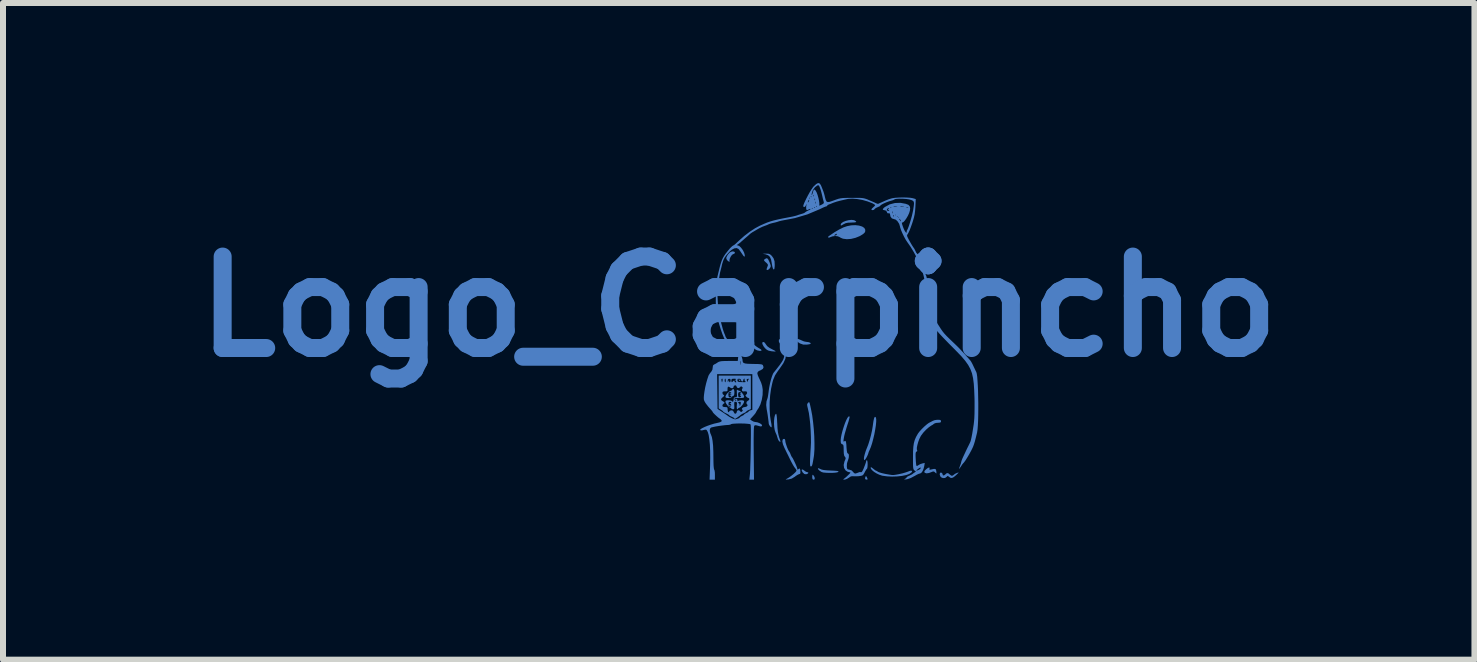
<source format=kicad_pcb>
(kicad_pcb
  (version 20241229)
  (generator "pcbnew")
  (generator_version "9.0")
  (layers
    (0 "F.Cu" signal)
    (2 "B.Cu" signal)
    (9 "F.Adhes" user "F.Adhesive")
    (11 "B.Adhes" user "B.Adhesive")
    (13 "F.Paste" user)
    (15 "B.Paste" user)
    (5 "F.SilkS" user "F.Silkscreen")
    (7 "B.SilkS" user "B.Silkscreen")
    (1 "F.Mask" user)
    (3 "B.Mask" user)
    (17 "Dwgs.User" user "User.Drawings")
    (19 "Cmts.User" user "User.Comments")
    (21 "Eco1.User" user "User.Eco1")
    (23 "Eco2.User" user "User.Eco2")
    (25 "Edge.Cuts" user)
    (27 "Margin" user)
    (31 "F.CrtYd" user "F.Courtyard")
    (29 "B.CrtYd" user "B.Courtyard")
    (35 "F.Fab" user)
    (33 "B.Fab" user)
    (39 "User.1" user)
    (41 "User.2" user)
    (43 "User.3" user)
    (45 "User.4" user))
  (footprint "Logo_Carpincho"
    (layer "F.Cu")
    (at 10.56 2.535)
    (property "Reference" "Logo_Carpincho" (at -1.3 -0.475 0) (layer "B.Cu") (effects (font (size 1.524 1.524) (thickness 0.3))))
    (attr board_only exclude_from_pos_files exclude_from_bom)
    (fp_poly (pts (xy -1.284 0.744) (xy -1.273 0.758) (xy -1.274 0.767) (xy -1.285 0.763) (xy -1.295 0.754) (xy -1.303 0.739) (xy -1.299 0.736)) (stroke (width 0) (type solid)) (fill yes) (layer "B.Cu"))
    (fp_poly (pts (xy -1.435 1.17) (xy -1.435 1.173) (xy -1.444 1.185) (xy -1.447 1.185) (xy -1.459 1.176) (xy -1.46 1.173) (xy -1.45 1.161) (xy -1.447 1.16)) (stroke (width 0) (type solid)) (fill yes) (layer "B.Cu"))
    (fp_poly (pts (xy 0.826 2.352) (xy 0.834 2.367) (xy 0.845 2.39) (xy 0.848 2.401) (xy 0.839 2.407) (xy 0.82 2.406) (xy 0.807 2.398) (xy 0.806 2.38) (xy 0.811 2.364) (xy 0.818 2.348)) (stroke (width 0) (type solid)) (fill yes) (layer "B.Cu"))
    (fp_poly (pts (xy -0.058 2.332) (xy -0.042 2.355) (xy -0.034 2.377) (xy -0.034 2.4) (xy -0.048 2.408) (xy -0.052 2.408) (xy -0.068 2.402) (xy -0.074 2.382) (xy -0.075 2.363) (xy -0.073 2.334) (xy -0.067 2.326)) (stroke (width 0) (type solid)) (fill yes) (layer "B.Cu"))
    (fp_poly (pts (xy -0.231 2.24) (xy -0.207 2.257) (xy -0.18 2.276) (xy -0.157 2.283) (xy -0.141 2.288) (xy -0.142 2.3) (xy -0.157 2.312) (xy -0.177 2.318) (xy -0.206 2.314) (xy -0.231 2.291) (xy -0.236 2.285) (xy -0.251 2.255) (xy -0.248 2.238)) (stroke (width 0) (type solid)) (fill yes) (layer "B.Cu"))
    (fp_poly (pts (xy -1.1 0.112) (xy -1.074 0.132) (xy -1.044 0.158) (xy -1.009 0.187) (xy -0.972 0.212) (xy -0.963 0.217) (xy -0.929 0.238) (xy -0.918 0.253) (xy -0.931 0.261) (xy -0.951 0.262) (xy -0.994 0.253) (xy -1.029 0.234) (xy -1.07 0.199) (xy -1.104 0.165) (xy -1.127 0.136) (xy -1.135 0.116) (xy -1.132 0.11) (xy -1.118 0.106)) (stroke (width 0) (type solid)) (fill yes) (layer "B.Cu"))
    (fp_poly (pts (xy -1.378 -1.392) (xy -1.363 -1.379) (xy -1.368 -1.362) (xy -1.39 -1.351) (xy -1.394 -1.35) (xy -1.413 -1.337) (xy -1.433 -1.309) (xy -1.449 -1.276) (xy -1.455 -1.247) (xy -1.453 -1.234) (xy -1.451 -1.223) (xy -1.462 -1.225) (xy -1.48 -1.237) (xy -1.489 -1.245) (xy -1.505 -1.269) (xy -1.507 -1.292) (xy -1.493 -1.322) (xy -1.481 -1.342) (xy -1.448 -1.379) (xy -1.409 -1.396)) (stroke (width 0) (type solid)) (fill yes) (layer "B.Cu"))
    (fp_poly (pts (xy -0.265 0.081) (xy -0.253 0.087) (xy -0.213 0.104) (xy -0.175 0.112) (xy -0.169 0.112) (xy -0.135 0.117) (xy -0.11 0.126) (xy -0.1 0.138) (xy -0.103 0.145) (xy -0.12 0.151) (xy -0.152 0.156) (xy -0.171 0.158) (xy -0.226 0.157) (xy -0.277 0.139) (xy -0.284 0.135) (xy -0.319 0.112) (xy -0.336 0.09) (xy -0.337 0.085) (xy -0.329 0.066) (xy -0.306 0.065)) (stroke (width 0) (type solid)) (fill yes) (layer "B.Cu"))
    (fp_poly (pts (xy 0.62 -1.916) (xy 0.634 -1.91) (xy 0.656 -1.895) (xy 0.657 -1.885) (xy 0.635 -1.879) (xy 0.589 -1.877) (xy 0.576 -1.876) (xy 0.522 -1.874) (xy 0.482 -1.866) (xy 0.448 -1.849) (xy 0.445 -1.848) (xy 0.417 -1.831) (xy 0.403 -1.827) (xy 0.399 -1.836) (xy 0.399 -1.842) (xy 0.411 -1.866) (xy 0.441 -1.887) (xy 0.483 -1.904) (xy 0.531 -1.916) (xy 0.579 -1.921)) (stroke (width 0) (type solid)) (fill yes) (layer "B.Cu"))
    (fp_poly (pts (xy -0.869 0.123) (xy -0.85 0.149) (xy -0.848 0.153) (xy -0.826 0.183) (xy -0.789 0.211) (xy -0.748 0.233) (xy -0.707 0.254) (xy -0.687 0.266) (xy -0.685 0.271) (xy -0.699 0.273) (xy -0.711 0.272) (xy -0.755 0.268) (xy -0.799 0.259) (xy -0.8 0.259) (xy -0.831 0.244) (xy -0.86 0.219) (xy -0.884 0.189) (xy -0.901 0.158) (xy -0.908 0.133) (xy -0.902 0.116) (xy -0.889 0.113)) (stroke (width 0) (type solid)) (fill yes) (layer "B.Cu"))
    (fp_poly (pts (xy -0.598 0.073) (xy -0.59 0.082) (xy -0.555 0.127) (xy -0.523 0.153) (xy -0.49 0.167) (xy -0.477 0.169) (xy -0.442 0.178) (xy -0.411 0.192) (xy -0.391 0.206) (xy -0.388 0.218) (xy -0.389 0.218) (xy -0.412 0.228) (xy -0.449 0.23) (xy -0.49 0.226) (xy -0.513 0.219) (xy -0.561 0.193) (xy -0.601 0.157) (xy -0.627 0.118) (xy -0.631 0.107) (xy -0.631 0.079) (xy -0.618 0.066)) (stroke (width 0) (type solid)) (fill yes) (layer "B.Cu"))
    (fp_poly (pts (xy -0.805 -1.357) (xy -0.778 -1.347) (xy -0.752 -1.324) (xy -0.748 -1.32) (xy -0.719 -1.279) (xy -0.703 -1.231) (xy -0.7 -1.17) (xy -0.701 -1.145) (xy -0.705 -1.109) (xy -0.712 -1.095) (xy -0.721 -1.096) (xy -0.731 -1.113) (xy -0.741 -1.148) (xy -0.749 -1.194) (xy -0.749 -1.196) (xy -0.761 -1.26) (xy -0.78 -1.304) (xy -0.809 -1.331) (xy -0.851 -1.347) (xy -0.857 -1.348) (xy -0.904 -1.357) (xy -0.845 -1.358)) (stroke (width 0) (type solid)) (fill yes) (layer "B.Cu"))
    (fp_poly (pts (xy -0.823 -1.279) (xy -0.807 -1.259) (xy -0.788 -1.218) (xy -0.787 -1.217) (xy -0.772 -1.178) (xy -0.766 -1.154) (xy -0.769 -1.136) (xy -0.78 -1.117) (xy -0.8 -1.096) (xy -0.821 -1.085) (xy -0.834 -1.089) (xy -0.836 -1.097) (xy -0.831 -1.116) (xy -0.821 -1.142) (xy -0.813 -1.165) (xy -0.817 -1.182) (xy -0.837 -1.204) (xy -0.847 -1.212) (xy -0.872 -1.236) (xy -0.879 -1.25) (xy -0.873 -1.261) (xy -0.865 -1.267) (xy -0.841 -1.281)) (stroke (width 0) (type solid)) (fill yes) (layer "B.Cu"))
    (fp_poly (pts (xy 0.057 2.229) (xy 0.058 2.229) (xy 0.082 2.24) (xy 0.12 2.248) (xy 0.174 2.253) (xy 0.232 2.256) (xy 0.294 2.259) (xy 0.334 2.262) (xy 0.356 2.266) (xy 0.363 2.272) (xy 0.36 2.278) (xy 0.342 2.286) (xy 0.305 2.292) (xy 0.256 2.295) (xy 0.203 2.295) (xy 0.152 2.293) (xy 0.109 2.289) (xy 0.082 2.281) (xy 0.081 2.281) (xy 0.046 2.258) (xy 0.024 2.236) (xy 0.019 2.219) (xy 0.02 2.219) (xy 0.033 2.218)) (stroke (width 0) (type solid)) (fill yes) (layer "B.Cu"))
    (fp_poly (pts (xy 1.882 2.214) (xy 1.878 2.23) (xy 1.877 2.242) (xy 1.893 2.242) (xy 1.905 2.239) (xy 1.95 2.229) (xy 1.976 2.23) (xy 1.988 2.244) (xy 1.993 2.271) (xy 1.995 2.299) (xy 1.991 2.305) (xy 1.978 2.293) (xy 1.974 2.289) (xy 1.954 2.272) (xy 1.933 2.273) (xy 1.921 2.278) (xy 1.87 2.297) (xy 1.828 2.303) (xy 1.801 2.294) (xy 1.798 2.291) (xy 1.792 2.276) (xy 1.801 2.258) (xy 1.823 2.235) (xy 1.853 2.212) (xy 1.874 2.205)) (stroke (width 0) (type solid)) (fill yes) (layer "B.Cu"))
    (fp_poly (pts (xy -0.671 1.322) (xy -0.666 1.354) (xy -0.662 1.401) (xy -0.659 1.46) (xy -0.658 1.469) (xy -0.654 1.552) (xy -0.647 1.616) (xy -0.636 1.667) (xy -0.626 1.702) (xy -0.61 1.749) (xy -0.605 1.774) (xy -0.609 1.78) (xy -0.624 1.769) (xy -0.628 1.766) (xy -0.644 1.74) (xy -0.655 1.706) (xy -0.667 1.667) (xy -0.685 1.625) (xy -0.688 1.619) (xy -0.7 1.582) (xy -0.708 1.533) (xy -0.712 1.479) (xy -0.711 1.424) (xy -0.706 1.375) (xy -0.697 1.336) (xy -0.684 1.313) (xy -0.676 1.31)) (stroke (width 0) (type solid)) (fill yes) (layer "B.Cu"))
    (fp_poly (pts (xy -1.289 -0.807) (xy -1.283 -0.788) (xy -1.279 -0.754) (xy -1.276 -0.702) (xy -1.275 -0.631) (xy -1.275 -0.538) (xy -1.276 -0.449) (xy -1.278 -0.345) (xy -1.28 -0.264) (xy -1.282 -0.201) (xy -1.285 -0.153) (xy -1.289 -0.119) (xy -1.294 -0.094) (xy -1.3 -0.076) (xy -1.301 -0.075) (xy -1.321 -0.031) (xy -1.324 -0.1) (xy -1.325 -0.16) (xy -1.325 -0.232) (xy -1.325 -0.312) (xy -1.324 -0.397) (xy -1.323 -0.483) (xy -1.321 -0.566) (xy -1.319 -0.642) (xy -1.316 -0.708) (xy -1.314 -0.759) (xy -1.311 -0.793) (xy -1.308 -0.805) (xy -1.298 -0.812)) (stroke (width 0) (type solid)) (fill yes) (layer "B.Cu"))
    (fp_poly (pts (xy 2.077 2.291) (xy 2.094 2.306) (xy 2.096 2.315) (xy 2.103 2.336) (xy 2.121 2.337) (xy 2.142 2.321) (xy 2.168 2.299) (xy 2.191 2.301) (xy 2.214 2.32) (xy 2.243 2.342) (xy 2.268 2.34) (xy 2.282 2.328) (xy 2.304 2.311) (xy 2.336 2.296) (xy 2.337 2.296) (xy 2.358 2.289) (xy 2.365 2.29) (xy 2.355 2.301) (xy 2.329 2.326) (xy 2.322 2.333) (xy 2.282 2.366) (xy 2.253 2.38) (xy 2.228 2.377) (xy 2.205 2.361) (xy 2.186 2.347) (xy 2.174 2.35) (xy 2.165 2.361) (xy 2.138 2.38) (xy 2.103 2.382) (xy 2.072 2.368) (xy 2.059 2.352) (xy 2.049 2.322) (xy 2.053 2.299) (xy 2.067 2.289)) (stroke (width 0) (type solid)) (fill yes) (layer "B.Cu"))
    (fp_poly (pts (xy 0.985 1.371) (xy 0.991 1.398) (xy 0.991 1.444) (xy 0.985 1.505) (xy 0.974 1.576) (xy 0.96 1.652) (xy 0.942 1.728) (xy 0.923 1.8) (xy 0.902 1.864) (xy 0.881 1.914) (xy 0.879 1.918) (xy 0.866 1.946) (xy 0.861 1.964) (xy 0.855 1.983) (xy 0.842 2.013) (xy 0.825 2.045) (xy 0.808 2.071) (xy 0.797 2.083) (xy 0.796 2.083) (xy 0.788 2.073) (xy 0.786 2.054) (xy 0.79 2.024) (xy 0.801 1.98) (xy 0.816 1.932) (xy 0.832 1.889) (xy 0.837 1.878) (xy 0.859 1.821) (xy 0.882 1.748) (xy 0.904 1.667) (xy 0.922 1.586) (xy 0.934 1.513) (xy 0.935 1.503) (xy 0.945 1.433) (xy 0.955 1.387) (xy 0.966 1.363) (xy 0.977 1.362)) (stroke (width 0) (type solid)) (fill yes) (layer "B.Cu"))
    (fp_poly (pts (xy -0.122 1.123) (xy -0.115 1.145) (xy -0.106 1.184) (xy -0.095 1.235) (xy -0.076 1.334) (xy -0.061 1.446) (xy -0.049 1.564) (xy -0.041 1.682) (xy -0.038 1.796) (xy -0.038 1.9) (xy -0.044 1.988) (xy -0.049 2.027) (xy -0.06 2.091) (xy -0.068 2.135) (xy -0.075 2.162) (xy -0.081 2.177) (xy -0.088 2.185) (xy -0.094 2.188) (xy -0.104 2.187) (xy -0.11 2.173) (xy -0.112 2.14) (xy -0.112 2.111) (xy -0.111 2.064) (xy -0.108 2.001) (xy -0.104 1.931) (xy -0.1 1.875) (xy -0.096 1.791) (xy -0.097 1.693) (xy -0.101 1.589) (xy -0.108 1.484) (xy -0.119 1.384) (xy -0.131 1.297) (xy -0.146 1.23) (xy -0.156 1.187) (xy -0.16 1.16) (xy -0.157 1.144) (xy -0.147 1.131) (xy -0.146 1.129) (xy -0.135 1.119) (xy -0.128 1.116)) (stroke (width 0) (type solid)) (fill yes) (layer "B.Cu"))
    (fp_poly (pts (xy 0.705 -1.826) (xy 0.757 -1.81) (xy 0.792 -1.787) (xy 0.807 -1.762) (xy 0.809 -1.733) (xy 0.799 -1.709) (xy 0.773 -1.685) (xy 0.728 -1.657) (xy 0.713 -1.649) (xy 0.646 -1.622) (xy 0.572 -1.604) (xy 0.501 -1.599) (xy 0.439 -1.607) (xy 0.433 -1.609) (xy 0.401 -1.622) (xy 0.38 -1.635) (xy 0.349 -1.648) (xy 0.306 -1.652) (xy 0.261 -1.646) (xy 0.234 -1.636) (xy 0.208 -1.626) (xy 0.191 -1.627) (xy 0.188 -1.637) (xy 0.202 -1.651) (xy 0.221 -1.664) (xy 0.291 -1.664) (xy 0.296 -1.659) (xy 0.303 -1.659) (xy 0.325 -1.666) (xy 0.331 -1.673) (xy 0.336 -1.688) (xy 0.324 -1.688) (xy 0.306 -1.677) (xy 0.291 -1.664) (xy 0.221 -1.664) (xy 0.295 -1.714) (xy 0.374 -1.761) (xy 0.443 -1.795) (xy 0.505 -1.816) (xy 0.575 -1.83) (xy 0.643 -1.833)) (stroke (width 0) (type solid)) (fill yes) (layer "B.Cu"))
    (fp_poly (pts (xy 0.914 2.204) (xy 0.936 2.221) (xy 0.942 2.226) (xy 0.968 2.247) (xy 0.986 2.258) (xy 0.988 2.258) (xy 1.006 2.266) (xy 1.017 2.275) (xy 1.036 2.284) (xy 1.073 2.296) (xy 1.123 2.308) (xy 1.153 2.314) (xy 1.21 2.324) (xy 1.251 2.33) (xy 1.286 2.33) (xy 1.323 2.325) (xy 1.372 2.316) (xy 1.375 2.315) (xy 1.428 2.303) (xy 1.476 2.289) (xy 1.509 2.278) (xy 1.515 2.276) (xy 1.556 2.26) (xy 1.582 2.259) (xy 1.59 2.27) (xy 1.579 2.288) (xy 1.545 2.311) (xy 1.544 2.312) (xy 1.492 2.331) (xy 1.423 2.345) (xy 1.342 2.354) (xy 1.256 2.357) (xy 1.173 2.353) (xy 1.098 2.343) (xy 1.089 2.341) (xy 1.043 2.326) (xy 0.997 2.304) (xy 0.955 2.278) (xy 0.922 2.25) (xy 0.902 2.225) (xy 0.899 2.205) (xy 0.902 2.201)) (stroke (width 0) (type solid)) (fill yes) (layer "B.Cu"))
    (fp_poly (pts (xy -1.379 0.906) (xy -1.373 0.931) (xy -1.372 0.954) (xy -1.375 0.992) (xy -1.384 1.009) (xy -1.39 1.011) (xy -1.409 1.021) (xy -1.414 1.029) (xy -1.433 1.043) (xy -1.472 1.048) (xy -1.505 1.046) (xy -1.519 1.037) (xy -1.522 1.026) (xy -1.511 0.997) (xy -1.507 0.992) (xy -1.472 0.992) (xy -1.469 1.022) (xy -1.458 1.034) (xy -1.447 1.035) (xy -1.427 1.03) (xy -1.422 1.023) (xy -1.433 1.012) (xy -1.444 1.009) (xy -1.457 1.007) (xy -1.446 1.002) (xy -1.441 1.001) (xy -1.416 0.995) (xy -1.441 0.985) (xy -1.457 0.977) (xy -1.45 0.974) (xy -1.444 0.974) (xy -1.425 0.967) (xy -1.425 0.956) (xy -1.443 0.948) (xy -1.447 0.948) (xy -1.464 0.953) (xy -1.471 0.972) (xy -1.472 0.992) (xy -1.507 0.992) (xy -1.487 0.965) (xy -1.457 0.939) (xy -1.438 0.93) (xy -1.416 0.919) (xy -1.41 0.91) (xy -1.4 0.9) (xy -1.391 0.898)) (stroke (width 0) (type solid)) (fill yes) (layer "B.Cu"))
    (fp_poly (pts (xy -0.515 0.315) (xy -0.512 0.334) (xy -0.523 0.395) (xy -0.556 0.467) (xy -0.612 0.549) (xy -0.612 0.55) (xy -0.646 0.596) (xy -0.675 0.639) (xy -0.695 0.671) (xy -0.7 0.682) (xy -0.714 0.717) (xy -0.725 0.742) (xy -0.732 0.765) (xy -0.742 0.805) (xy -0.753 0.857) (xy -0.761 0.894) (xy -0.776 1) (xy -0.785 1.116) (xy -0.785 1.233) (xy -0.778 1.344) (xy -0.766 1.424) (xy -0.755 1.483) (xy -0.751 1.519) (xy -0.754 1.535) (xy -0.764 1.533) (xy -0.777 1.519) (xy -0.793 1.495) (xy -0.799 1.479) (xy -0.803 1.441) (xy -0.81 1.387) (xy -0.818 1.328) (xy -0.827 1.273) (xy -0.835 1.231) (xy -0.835 1.229) (xy -0.842 1.165) (xy -0.837 1.103) (xy -0.823 1.06) (xy -0.817 1.04) (xy -0.81 1.001) (xy -0.803 0.951) (xy -0.8 0.926) (xy -0.791 0.867) (xy -0.778 0.802) (xy -0.762 0.739) (xy -0.745 0.684) (xy -0.729 0.644) (xy -0.721 0.63) (xy -0.709 0.614) (xy -0.686 0.586) (xy -0.658 0.55) (xy -0.613 0.492) (xy -0.582 0.447) (xy -0.561 0.412) (xy -0.549 0.381) (xy -0.544 0.359) (xy -0.535 0.329) (xy -0.524 0.313)) (stroke (width 0) (type solid)) (fill yes) (layer "B.Cu"))
    (fp_poly (pts (xy -0.525 1.75) (xy -0.524 1.764) (xy -0.52 1.789) (xy -0.509 1.826) (xy -0.495 1.867) (xy -0.48 1.903) (xy -0.467 1.928) (xy -0.463 1.934) (xy -0.453 1.948) (xy -0.439 1.977) (xy -0.437 1.984) (xy -0.424 2.014) (xy -0.414 2.032) (xy -0.412 2.033) (xy -0.4 2.051) (xy -0.383 2.084) (xy -0.363 2.126) (xy -0.344 2.168) (xy -0.33 2.203) (xy -0.324 2.225) (xy -0.324 2.225) (xy -0.321 2.241) (xy -0.309 2.235) (xy -0.305 2.233) (xy -0.289 2.222) (xy -0.28 2.227) (xy -0.274 2.252) (xy -0.273 2.269) (xy -0.272 2.299) (xy -0.282 2.313) (xy -0.292 2.315) (xy -0.315 2.325) (xy -0.347 2.345) (xy -0.365 2.359) (xy -0.416 2.39) (xy -0.471 2.404) (xy -0.472 2.404) (xy -0.506 2.406) (xy -0.518 2.405) (xy -0.51 2.399) (xy -0.498 2.393) (xy -0.461 2.371) (xy -0.421 2.342) (xy -0.383 2.311) (xy -0.354 2.283) (xy -0.338 2.262) (xy -0.337 2.257) (xy -0.346 2.234) (xy -0.361 2.215) (xy -0.376 2.195) (xy -0.398 2.159) (xy -0.424 2.111) (xy -0.443 2.073) (xy -0.472 2.013) (xy -0.502 1.953) (xy -0.527 1.901) (xy -0.538 1.879) (xy -0.562 1.821) (xy -0.573 1.774) (xy -0.569 1.743) (xy -0.556 1.73) (xy -0.535 1.729)) (stroke (width 0) (type solid)) (fill yes) (layer "B.Cu"))
    (fp_poly (pts (xy 2.052 1.412) (xy 2.067 1.419) (xy 2.071 1.435) (xy 2.067 1.451) (xy 2.049 1.458) (xy 2.022 1.46) (xy 1.986 1.463) (xy 1.96 1.473) (xy 1.956 1.475) (xy 1.933 1.493) (xy 1.908 1.507) (xy 1.868 1.535) (xy 1.821 1.576) (xy 1.776 1.624) (xy 1.74 1.672) (xy 1.732 1.685) (xy 1.71 1.729) (xy 1.691 1.78) (xy 1.677 1.831) (xy 1.668 1.875) (xy 1.668 1.906) (xy 1.672 1.915) (xy 1.676 1.931) (xy 1.665 1.939) (xy 1.655 1.946) (xy 1.649 1.962) (xy 1.647 1.993) (xy 1.648 2.041) (xy 1.649 2.058) (xy 1.652 2.108) (xy 1.656 2.149) (xy 1.66 2.174) (xy 1.662 2.178) (xy 1.677 2.178) (xy 1.694 2.167) (xy 1.723 2.15) (xy 1.759 2.138) (xy 1.8 2.129) (xy 1.792 2.18) (xy 1.78 2.227) (xy 1.763 2.267) (xy 1.742 2.295) (xy 1.723 2.305) (xy 1.722 2.305) (xy 1.702 2.31) (xy 1.669 2.325) (xy 1.629 2.348) (xy 1.624 2.35) (xy 1.568 2.38) (xy 1.517 2.398) (xy 1.493 2.403) (xy 1.463 2.405) (xy 1.456 2.403) (xy 1.468 2.396) (xy 1.469 2.396) (xy 1.49 2.382) (xy 1.497 2.372) (xy 1.507 2.36) (xy 1.533 2.346) (xy 1.538 2.344) (xy 1.569 2.33) (xy 1.59 2.318) (xy 1.591 2.317) (xy 1.61 2.302) (xy 1.628 2.29) (xy 1.653 2.272) (xy 1.633 2.257) (xy 1.659 2.257) (xy 1.672 2.256) (xy 1.702 2.244) (xy 1.726 2.227) (xy 1.734 2.212) (xy 1.728 2.205) (xy 1.707 2.215) (xy 1.697 2.223) (xy 1.667 2.246) (xy 1.659 2.257) (xy 1.633 2.257) (xy 1.628 2.254) (xy 1.619 2.245) (xy 1.612 2.233) (xy 1.608 2.213) (xy 1.605 2.182) (xy 1.604 2.136) (xy 1.604 2.07) (xy 1.604 2.031) (xy 1.605 1.936) (xy 1.61 1.86) (xy 1.619 1.798) (xy 1.634 1.745) (xy 1.655 1.696) (xy 1.684 1.645) (xy 1.689 1.637) (xy 1.715 1.603) (xy 1.753 1.562) (xy 1.795 1.521) (xy 1.837 1.485) (xy 1.87 1.461) (xy 1.877 1.458) (xy 1.908 1.442) (xy 1.934 1.428) (xy 1.966 1.416) (xy 2.008 1.41) (xy 2.018 1.41)) (stroke (width 0) (type solid)) (fill yes) (layer "B.Cu"))
    (fp_poly (pts (xy 0.548 1.364) (xy 0.543 1.389) (xy 0.531 1.434) (xy 0.525 1.453) (xy 0.499 1.533) (xy 0.481 1.595) (xy 0.467 1.643) (xy 0.458 1.681) (xy 0.452 1.713) (xy 0.45 1.725) (xy 0.445 1.759) (xy 0.447 1.774) (xy 0.455 1.772) (xy 0.458 1.77) (xy 0.472 1.761) (xy 0.482 1.766) (xy 0.489 1.788) (xy 0.494 1.829) (xy 0.496 1.871) (xy 0.501 1.925) (xy 0.507 1.957) (xy 0.515 1.97) (xy 0.519 1.971) (xy 0.532 1.982) (xy 0.536 2.009) (xy 0.533 2.045) (xy 0.522 2.082) (xy 0.517 2.094) (xy 0.504 2.136) (xy 0.501 2.185) (xy 0.501 2.186) (xy 0.505 2.22) (xy 0.514 2.235) (xy 0.533 2.24) (xy 0.541 2.241) (xy 0.581 2.254) (xy 0.602 2.275) (xy 0.624 2.3) (xy 0.647 2.306) (xy 0.679 2.295) (xy 0.688 2.291) (xy 0.717 2.281) (xy 0.737 2.284) (xy 0.749 2.282) (xy 0.763 2.262) (xy 0.782 2.222) (xy 0.788 2.206) (xy 0.805 2.162) (xy 0.818 2.125) (xy 0.823 2.103) (xy 0.823 2.101) (xy 0.83 2.085) (xy 0.836 2.083) (xy 0.843 2.094) (xy 0.847 2.122) (xy 0.848 2.157) (xy 0.846 2.192) (xy 0.842 2.218) (xy 0.837 2.226) (xy 0.824 2.241) (xy 0.807 2.27) (xy 0.798 2.288) (xy 0.781 2.319) (xy 0.764 2.336) (xy 0.74 2.344) (xy 0.7 2.35) (xy 0.656 2.352) (xy 0.618 2.352) (xy 0.602 2.35) (xy 0.57 2.353) (xy 0.536 2.375) (xy 0.502 2.396) (xy 0.469 2.407) (xy 0.464 2.407) (xy 0.442 2.406) (xy 0.443 2.4) (xy 0.451 2.395) (xy 0.471 2.38) (xy 0.499 2.356) (xy 0.527 2.329) (xy 0.55 2.306) (xy 0.561 2.291) (xy 0.561 2.289) (xy 0.551 2.284) (xy 0.537 2.283) (xy 0.512 2.275) (xy 0.483 2.255) (xy 0.481 2.254) (xy 0.456 2.214) (xy 0.449 2.163) (xy 0.462 2.105) (xy 0.469 2.089) (xy 0.481 2.06) (xy 0.481 2.043) (xy 0.47 2.027) (xy 0.469 2.027) (xy 0.457 2.006) (xy 0.451 1.971) (xy 0.449 1.917) (xy 0.449 1.916) (xy 0.448 1.868) (xy 0.445 1.839) (xy 0.438 1.825) (xy 0.426 1.818) (xy 0.424 1.818) (xy 0.409 1.809) (xy 0.401 1.79) (xy 0.399 1.753) (xy 0.399 1.751) (xy 0.403 1.708) (xy 0.414 1.653) (xy 0.43 1.591) (xy 0.45 1.527) (xy 0.471 1.466) (xy 0.493 1.414) (xy 0.513 1.376) (xy 0.53 1.356) (xy 0.532 1.355) (xy 0.544 1.353)) (stroke (width 0) (type solid)) (fill yes) (layer "B.Cu"))
    (fp_poly (pts (xy -1.31 0.921) (xy -1.298 0.923) (xy -1.275 0.933) (xy -1.249 0.957) (xy -1.225 0.988) (xy -1.211 1.017) (xy -1.21 1.025) (xy -1.213 1.038) (xy -1.227 1.045) (xy -1.256 1.047) (xy -1.285 1.046) (xy -1.327 1.047) (xy -1.357 1.049) (xy -1.368 1.052) (xy -1.371 1.069) (xy -1.361 1.088) (xy -1.345 1.097) (xy -1.335 1.094) (xy -1.344 1.09) (xy -1.359 1.076) (xy -1.354 1.064) (xy -1.341 1.06) (xy -1.326 1.071) (xy -1.321 1.088) (xy -1.319 1.104) (xy -1.314 1.101) (xy -1.299 1.091) (xy -1.267 1.086) (xy -1.259 1.085) (xy -1.226 1.088) (xy -1.212 1.097) (xy -1.21 1.108) (xy -1.218 1.132) (xy -1.238 1.163) (xy -1.262 1.19) (xy -1.285 1.208) (xy -1.293 1.21) (xy -1.308 1.217) (xy -1.31 1.223) (xy -1.32 1.234) (xy -1.324 1.235) (xy -1.332 1.223) (xy -1.333 1.188) (xy -1.332 1.173) (xy -1.329 1.136) (xy -1.332 1.123) (xy -1.31 1.123) (xy -1.3 1.135) (xy -1.297 1.135) (xy -1.288 1.146) (xy -1.285 1.162) (xy -1.283 1.182) (xy -1.278 1.178) (xy -1.269 1.15) (xy -1.268 1.145) (xy -1.265 1.12) (xy -1.275 1.111) (xy -1.285 1.11) (xy -1.305 1.115) (xy -1.31 1.123) (xy -1.332 1.123) (xy -1.333 1.117) (xy -1.347 1.111) (xy -1.369 1.111) (xy -1.374 1.122) (xy -1.375 1.151) (xy -1.374 1.173) (xy -1.373 1.21) (xy -1.376 1.228) (xy -1.388 1.235) (xy -1.396 1.235) (xy -1.417 1.23) (xy -1.422 1.223) (xy -1.432 1.211) (xy -1.439 1.21) (xy -1.459 1.2) (xy -1.483 1.176) (xy -1.506 1.146) (xy -1.51 1.138) (xy -1.47 1.138) (xy -1.47 1.145) (xy -1.466 1.174) (xy -1.462 1.189) (xy -1.449 1.196) (xy -1.433 1.186) (xy -1.424 1.169) (xy -1.43 1.15) (xy -1.443 1.146) (xy -1.459 1.144) (xy -1.45 1.141) (xy -1.444 1.139) (xy -1.425 1.128) (xy -1.427 1.115) (xy -1.447 1.11) (xy -1.465 1.116) (xy -1.47 1.138) (xy -1.51 1.138) (xy -1.52 1.118) (xy -1.522 1.108) (xy -1.517 1.093) (xy -1.497 1.086) (xy -1.473 1.085) (xy -1.44 1.088) (xy -1.418 1.095) (xy -1.416 1.098) (xy -1.401 1.11) (xy -1.389 1.101) (xy -1.385 1.073) (xy -1.381 1.046) (xy -1.367 1.036) (xy -1.356 1.035) (xy -1.339 1.034) (xy -1.331 1.025) (xy -1.329 1.002) (xy -1.33 0.992) (xy -1.31 0.992) (xy -1.307 1.022) (xy -1.296 1.034) (xy -1.285 1.035) (xy -1.265 1.03) (xy -1.26 1.023) (xy -1.27 1.011) (xy -1.276 1.01) (xy -1.283 1.006) (xy -1.274 1.002) (xy -1.263 0.994) (xy -1.274 0.984) (xy -1.284 0.975) (xy -1.276 0.973) (xy -1.261 0.965) (xy -1.26 0.961) (xy -1.27 0.95) (xy -1.285 0.948) (xy -1.302 0.953) (xy -1.309 0.972) (xy -1.31 0.992) (xy -1.33 0.992) (xy -1.331 0.964) (xy -1.332 0.928) (xy -1.33 0.908) (xy -1.328 0.908)) (stroke (width 0) (type solid)) (fill yes) (layer "B.Cu"))
    (fp_poly (pts (xy -1.098 1.232) (xy -1.135 1.248) (xy -1.161 1.261) (xy -1.173 1.272) (xy -1.173 1.272) (xy -1.183 1.283) (xy -1.208 1.297) (xy -1.211 1.298) (xy -1.243 1.313) (xy -1.264 1.327) (xy -1.265 1.327) (xy -1.286 1.345) (xy -1.315 1.366) (xy -1.343 1.385) (xy -1.362 1.396) (xy -1.366 1.397) (xy -1.372 1.388) (xy -1.372 1.387) (xy -1.383 1.376) (xy -1.409 1.363) (xy -1.416 1.36) (xy -1.444 1.347) (xy -1.459 1.336) (xy -1.46 1.334) (xy -1.47 1.325) (xy -1.496 1.31) (xy -1.51 1.304) (xy -1.54 1.288) (xy -1.558 1.276) (xy -1.559 1.273) (xy -1.569 1.262) (xy -1.593 1.246) (xy -1.597 1.243) (xy -1.634 1.221) (xy -1.634 1.079) (xy -1.594 1.079) (xy -1.573 1.097) (xy -1.566 1.1) (xy -1.54 1.117) (xy -1.537 1.133) (xy -1.553 1.143) (xy -1.569 1.16) (xy -1.572 1.174) (xy -1.566 1.19) (xy -1.546 1.197) (xy -1.528 1.198) (xy -1.499 1.2) (xy -1.487 1.21) (xy -1.485 1.238) (xy -1.485 1.241) (xy -1.481 1.27) (xy -1.474 1.285) (xy -1.472 1.285) (xy -1.46 1.276) (xy -1.46 1.274) (xy -1.449 1.26) (xy -1.426 1.253) (xy -1.405 1.255) (xy -1.387 1.272) (xy -1.381 1.286) (xy -1.368 1.306) (xy -1.35 1.309) (xy -1.337 1.295) (xy -1.335 1.285) (xy -1.326 1.259) (xy -1.305 1.25) (xy -1.282 1.26) (xy -1.278 1.266) (xy -1.263 1.281) (xy -1.249 1.275) (xy -1.242 1.269) (xy -1.231 1.252) (xy -1.237 1.245) (xy -1.249 1.233) (xy -1.243 1.217) (xy -1.224 1.203) (xy -1.199 1.198) (xy -1.172 1.192) (xy -1.155 1.177) (xy -1.153 1.161) (xy -1.161 1.154) (xy -1.172 1.135) (xy -1.168 1.111) (xy -1.15 1.095) (xy -1.148 1.094) (xy -1.13 1.082) (xy -1.123 1.064) (xy -1.129 1.05) (xy -1.139 1.048) (xy -1.158 1.039) (xy -1.175 1.024) (xy -1.188 1.005) (xy -1.183 0.996) (xy -1.178 0.993) (xy -1.164 0.977) (xy -1.16 0.96) (xy -1.167 0.94) (xy -1.188 0.936) (xy -1.218 0.937) (xy -1.232 0.937) (xy -1.244 0.927) (xy -1.247 0.907) (xy -1.242 0.889) (xy -1.234 0.886) (xy -1.231 0.879) (xy -1.241 0.866) (xy -1.258 0.852) (xy -1.271 0.859) (xy -1.278 0.868) (xy -1.299 0.882) (xy -1.321 0.879) (xy -1.334 0.862) (xy -1.335 0.855) (xy -1.345 0.839) (xy -1.36 0.836) (xy -1.381 0.845) (xy -1.385 0.861) (xy -1.394 0.881) (xy -1.416 0.885) (xy -1.442 0.875) (xy -1.452 0.867) (xy -1.471 0.857) (xy -1.484 0.869) (xy -1.487 0.898) (xy -1.486 0.908) (xy -1.487 0.927) (xy -1.501 0.936) (xy -1.532 0.937) (xy -1.544 0.936) (xy -1.565 0.943) (xy -1.573 0.962) (xy -1.565 0.984) (xy -1.552 0.996) (xy -1.541 1.005) (xy -1.547 1.018) (xy -1.564 1.032) (xy -1.591 1.058) (xy -1.594 1.079) (xy -1.634 1.079) (xy -1.634 0.734) (xy -1.588 0.734) (xy -1.587 0.755) (xy -1.582 0.778) (xy -1.578 0.786) (xy -1.574 0.775) (xy -1.569 0.755) (xy -1.534 0.755) (xy -1.531 0.778) (xy -1.525 0.786) (xy -1.518 0.775) (xy -1.516 0.761) (xy -1.484 0.761) (xy -1.482 0.782) (xy -1.478 0.779) (xy -1.472 0.767) (xy -1.464 0.751) (xy -1.461 0.758) (xy -1.461 0.764) (xy -1.455 0.784) (xy -1.444 0.783) (xy -1.436 0.766) (xy -1.435 0.756) (xy -1.422 0.756) (xy -1.42 0.781) (xy -1.411 0.783) (xy -1.392 0.766) (xy -1.377 0.753) (xy -1.373 0.759) (xy -1.372 0.766) (xy -1.362 0.783) (xy -1.352 0.786) (xy -1.339 0.783) (xy -1.345 0.77) (xy -1.348 0.766) (xy -1.356 0.752) (xy -1.322 0.752) (xy -1.32 0.767) (xy -1.31 0.776) (xy -1.286 0.781) (xy -1.244 0.783) (xy -1.203 0.784) (xy -1.184 0.781) (xy -1.185 0.775) (xy -1.188 0.773) (xy -1.202 0.755) (xy -1.202 0.746) (xy -1.167 0.746) (xy -1.16 0.772) (xy -1.159 0.778) (xy -1.155 0.78) (xy -1.151 0.767) (xy -1.14 0.742) (xy -1.131 0.733) (xy -1.13 0.728) (xy -1.145 0.727) (xy -1.166 0.734) (xy -1.167 0.746) (xy -1.202 0.746) (xy -1.202 0.742) (xy -1.203 0.726) (xy -1.209 0.724) (xy -1.22 0.734) (xy -1.223 0.749) (xy -1.23 0.769) (xy -1.241 0.773) (xy -1.257 0.763) (xy -1.26 0.751) (xy -1.271 0.732) (xy -1.291 0.726) (xy -1.315 0.729) (xy -1.322 0.747) (xy -1.322 0.752) (xy -1.356 0.752) (xy -1.358 0.749) (xy -1.349 0.737) (xy -1.348 0.736) (xy -1.346 0.729) (xy -1.367 0.726) (xy -1.377 0.726) (xy -1.407 0.728) (xy -1.42 0.738) (xy -1.422 0.756) (xy -1.435 0.756) (xy -1.435 0.756) (xy -1.44 0.732) (xy -1.459 0.727) (xy -1.46 0.727) (xy -1.479 0.736) (xy -1.484 0.761) (xy -1.516 0.761) (xy -1.516 0.755) (xy -1.519 0.731) (xy -1.525 0.724) (xy -1.532 0.734) (xy -1.534 0.755) (xy -1.569 0.755) (xy -1.569 0.73) (xy -1.578 0.724) (xy -1.588 0.734) (xy -1.634 0.734) (xy -1.634 0.674) (xy -1.098 0.674)) (stroke (width 0) (type solid)) (fill yes) (layer "B.Cu"))
    (fp_poly (pts (xy -1.349 0.073) (xy -1.33 0.099) (xy -1.325 0.108) (xy -1.305 0.143) (xy -1.277 0.181) (xy -1.247 0.217) (xy -1.218 0.246) (xy -1.196 0.261) (xy -1.191 0.262) (xy -1.171 0.27) (xy -1.146 0.288) (xy -1.117 0.314) (xy -1.154 0.307) (xy -1.191 0.299) (xy -1.218 0.292) (xy -1.242 0.295) (xy -1.255 0.315) (xy -1.253 0.349) (xy -1.248 0.367) (xy -1.238 0.403) (xy -1.235 0.43) (xy -1.231 0.449) (xy -1.218 0.463) (xy -1.193 0.472) (xy -1.15 0.477) (xy -1.089 0.479) (xy -1.044 0.48) (xy -0.981 0.481) (xy -0.939 0.484) (xy -0.913 0.489) (xy -0.9 0.497) (xy -0.898 0.499) (xy -0.886 0.534) (xy -0.898 0.562) (xy -0.927 0.58) (xy -0.964 0.597) (xy -0.984 0.615) (xy -0.99 0.639) (xy -0.98 0.674) (xy -0.958 0.724) (xy -0.953 0.733) (xy -0.926 0.793) (xy -0.91 0.844) (xy -0.902 0.895) (xy -0.9 0.914) (xy -0.902 0.996) (xy -0.916 1.079) (xy -0.939 1.155) (xy -0.97 1.217) (xy -0.974 1.222) (xy -0.995 1.253) (xy -1.008 1.276) (xy -1.011 1.282) (xy -1.018 1.296) (xy -1.038 1.322) (xy -1.061 1.348) (xy -1.111 1.403) (xy -1.082 1.425) (xy -1.051 1.441) (xy -1.026 1.447) (xy -0.99 1.452) (xy -0.954 1.466) (xy -0.925 1.483) (xy -0.911 1.5) (xy -0.911 1.503) (xy -0.917 1.518) (xy -0.939 1.521) (xy -0.978 1.51) (xy -0.985 1.508) (xy -1.017 1.5) (xy -1.037 1.506) (xy -1.04 1.509) (xy -1.044 1.52) (xy -1.047 1.546) (xy -1.049 1.588) (xy -1.05 1.648) (xy -1.051 1.728) (xy -1.051 1.83) (xy -1.05 1.954) (xy -1.05 1.966) (xy -1.045 2.408) (xy -1.123 2.408) (xy -1.116 2.342) (xy -1.112 2.304) (xy -1.109 2.249) (xy -1.107 2.179) (xy -1.104 2.098) (xy -1.102 2.011) (xy -1.1 1.92) (xy -1.099 1.83) (xy -1.098 1.743) (xy -1.097 1.663) (xy -1.097 1.594) (xy -1.098 1.54) (xy -1.1 1.503) (xy -1.102 1.488) (xy -1.118 1.481) (xy -1.154 1.477) (xy -1.202 1.473) (xy -1.256 1.472) (xy -1.312 1.472) (xy -1.363 1.474) (xy -1.403 1.477) (xy -1.426 1.482) (xy -1.428 1.485) (xy -1.445 1.492) (xy -1.476 1.497) (xy -1.488 1.497) (xy -1.527 1.5) (xy -1.578 1.506) (xy -1.635 1.514) (xy -1.69 1.523) (xy -1.735 1.533) (xy -1.762 1.54) (xy -1.779 1.56) (xy -1.783 1.594) (xy -1.773 1.635) (xy -1.765 1.651) (xy -1.748 1.697) (xy -1.736 1.76) (xy -1.727 1.844) (xy -1.723 1.95) (xy -1.722 2.036) (xy -1.721 2.111) (xy -1.719 2.172) (xy -1.715 2.215) (xy -1.711 2.237) (xy -1.709 2.239) (xy -1.703 2.255) (xy -1.698 2.288) (xy -1.697 2.327) (xy -1.697 2.408) (xy -1.786 2.408) (xy -1.777 2.174) (xy -1.775 2.047) (xy -1.776 1.929) (xy -1.781 1.824) (xy -1.79 1.734) (xy -1.801 1.664) (xy -1.815 1.617) (xy -1.83 1.587) (xy -1.844 1.575) (xy -1.865 1.576) (xy -1.869 1.577) (xy -1.908 1.586) (xy -1.93 1.587) (xy -1.94 1.582) (xy -1.942 1.577) (xy -1.934 1.565) (xy -1.907 1.549) (xy -1.866 1.529) (xy -1.816 1.509) (xy -1.761 1.49) (xy -1.708 1.474) (xy -1.672 1.466) (xy -1.618 1.453) (xy -1.589 1.44) (xy -1.583 1.424) (xy -1.599 1.404) (xy -1.614 1.393) (xy -1.641 1.373) (xy -1.672 1.346) (xy -1.702 1.318) (xy -1.725 1.294) (xy -1.734 1.28) (xy -1.734 1.279) (xy -1.742 1.266) (xy -1.762 1.242) (xy -1.778 1.225) (xy -1.813 1.185) (xy -1.846 1.142) (xy -1.855 1.129) (xy -1.872 1.099) (xy -1.881 1.072) (xy -1.882 1.039) (xy -1.879 0.998) (xy -1.871 0.94) (xy -1.859 0.872) (xy -1.843 0.803) (xy -1.825 0.739) (xy -1.808 0.688) (xy -1.8 0.667) (xy -1.788 0.649) (xy -1.66 0.649) (xy -1.653 1.229) (xy -1.591 1.27) (xy -1.551 1.296) (xy -1.516 1.32) (xy -1.499 1.332) (xy -1.455 1.362) (xy -1.412 1.385) (xy -1.374 1.4) (xy -1.35 1.403) (xy -1.348 1.402) (xy -1.318 1.392) (xy -1.307 1.388) (xy -1.288 1.378) (xy -1.285 1.372) (xy -1.275 1.362) (xy -1.25 1.348) (xy -1.248 1.347) (xy -1.222 1.334) (xy -1.21 1.323) (xy -1.21 1.322) (xy -1.2 1.312) (xy -1.175 1.298) (xy -1.173 1.297) (xy -1.147 1.284) (xy -1.135 1.272) (xy -1.135 1.271) (xy -1.125 1.261) (xy -1.104 1.253) (xy -1.073 1.245) (xy -1.073 0.649) (xy -1.66 0.649) (xy -1.788 0.649) (xy -1.779 0.634) (xy -1.757 0.608) (xy -1.739 0.576) (xy -1.734 0.542) (xy -1.729 0.506) (xy -1.712 0.49) (xy -1.687 0.478) (xy -1.661 0.462) (xy -1.269 0.462) (xy -1.268 0.489) (xy -1.266 0.496) (xy -1.264 0.49) (xy -1.262 0.453) (xy -1.264 0.434) (xy -1.267 0.428) (xy -1.269 0.443) (xy -1.269 0.462) (xy -1.661 0.462) (xy -1.656 0.458) (xy -1.653 0.456) (xy -1.634 0.445) (xy -1.612 0.438) (xy -1.582 0.433) (xy -1.538 0.431) (xy -1.475 0.43) (xy -1.466 0.43) (xy -1.316 0.43) (xy -1.307 0.349) (xy -1.303 0.307) (xy -1.305 0.274) (xy -1.313 0.243) (xy -1.33 0.203) (xy -1.341 0.178) (xy -1.366 0.126) (xy -1.379 0.092) (xy -1.383 0.073) (xy -1.377 0.064) (xy -1.366 0.062)) (stroke (width 0) (type solid)) (fill yes) (layer "B.Cu"))
    (fp_poly (pts (xy 0.046 -2.53) (xy 0.067 -2.503) (xy 0.079 -2.476) (xy 0.095 -2.436) (xy 0.108 -2.402) (xy 0.113 -2.389) (xy 0.121 -2.363) (xy 0.132 -2.323) (xy 0.137 -2.299) (xy 0.149 -2.256) (xy 0.162 -2.229) (xy 0.182 -2.218) (xy 0.213 -2.221) (xy 0.261 -2.237) (xy 0.289 -2.247) (xy 0.33 -2.262) (xy 0.364 -2.273) (xy 0.397 -2.28) (xy 0.435 -2.285) (xy 0.483 -2.287) (xy 0.548 -2.288) (xy 0.586 -2.288) (xy 0.661 -2.288) (xy 0.715 -2.288) (xy 0.756 -2.285) (xy 0.788 -2.28) (xy 0.816 -2.272) (xy 0.847 -2.261) (xy 0.867 -2.252) (xy 0.914 -2.232) (xy 0.956 -2.214) (xy 0.983 -2.201) (xy 0.985 -2.2) (xy 1.009 -2.19) (xy 1.022 -2.188) (xy 1.047 -2.199) (xy 1.088 -2.217) (xy 1.135 -2.238) (xy 1.148 -2.244) (xy 1.196 -2.263) (xy 1.247 -2.279) (xy 1.26 -2.282) (xy 1.307 -2.289) (xy 1.369 -2.293) (xy 1.438 -2.295) (xy 1.505 -2.293) (xy 1.563 -2.289) (xy 1.602 -2.282) (xy 1.65 -2.268) (xy 1.644 -2.135) (xy 1.639 -2.07) (xy 1.632 -2.015) (xy 1.62 -1.961) (xy 1.602 -1.899) (xy 1.588 -1.856) (xy 1.567 -1.797) (xy 1.547 -1.745) (xy 1.529 -1.707) (xy 1.517 -1.686) (xy 1.517 -1.686) (xy 1.507 -1.671) (xy 1.505 -1.656) (xy 1.513 -1.633) (xy 1.532 -1.595) (xy 1.561 -1.543) (xy 1.588 -1.497) (xy 1.61 -1.463) (xy 1.622 -1.447) (xy 1.631 -1.432) (xy 1.644 -1.404) (xy 1.646 -1.4) (xy 1.659 -1.373) (xy 1.671 -1.36) (xy 1.672 -1.36) (xy 1.682 -1.349) (xy 1.694 -1.323) (xy 1.696 -1.317) (xy 1.71 -1.282) (xy 1.73 -1.237) (xy 1.746 -1.205) (xy 1.769 -1.154) (xy 1.789 -1.099) (xy 1.798 -1.07) (xy 1.808 -1.031) (xy 1.818 -1.001) (xy 1.823 -0.992) (xy 1.829 -0.974) (xy 1.836 -0.939) (xy 1.844 -0.892) (xy 1.846 -0.88) (xy 1.855 -0.821) (xy 1.866 -0.761) (xy 1.876 -0.712) (xy 1.877 -0.711) (xy 1.887 -0.665) (xy 1.897 -0.606) (xy 1.906 -0.545) (xy 1.907 -0.532) (xy 1.914 -0.481) (xy 1.922 -0.439) (xy 1.929 -0.412) (xy 1.931 -0.407) (xy 1.94 -0.388) (xy 1.95 -0.353) (xy 1.957 -0.323) (xy 1.974 -0.27) (xy 1.998 -0.215) (xy 2.012 -0.192) (xy 2.036 -0.155) (xy 2.056 -0.124) (xy 2.064 -0.111) (xy 2.094 -0.067) (xy 2.126 -0.027) (xy 2.165 0.015) (xy 2.217 0.066) (xy 2.219 0.068) (xy 2.263 0.11) (xy 2.305 0.15) (xy 2.338 0.182) (xy 2.35 0.194) (xy 2.375 0.219) (xy 2.411 0.258) (xy 2.453 0.303) (xy 2.495 0.35) (xy 2.533 0.392) (xy 2.561 0.424) (xy 2.575 0.445) (xy 2.594 0.48) (xy 2.612 0.518) (xy 2.632 0.56) (xy 2.649 0.596) (xy 2.659 0.615) (xy 2.667 0.643) (xy 2.674 0.691) (xy 2.679 0.758) (xy 2.684 0.839) (xy 2.688 0.93) (xy 2.69 1.029) (xy 2.692 1.131) (xy 2.692 1.233) (xy 2.691 1.332) (xy 2.689 1.423) (xy 2.685 1.503) (xy 2.68 1.57) (xy 2.673 1.618) (xy 2.671 1.628) (xy 2.651 1.709) (xy 2.635 1.771) (xy 2.62 1.819) (xy 2.605 1.86) (xy 2.587 1.898) (xy 2.573 1.926) (xy 2.543 1.981) (xy 2.511 2.035) (xy 2.482 2.082) (xy 2.457 2.117) (xy 2.441 2.135) (xy 2.429 2.149) (xy 2.41 2.177) (xy 2.401 2.191) (xy 2.383 2.217) (xy 2.372 2.23) (xy 2.371 2.23) (xy 2.375 2.213) (xy 2.386 2.183) (xy 2.389 2.175) (xy 2.401 2.141) (xy 2.408 2.114) (xy 2.408 2.111) (xy 2.413 2.093) (xy 2.427 2.057) (xy 2.449 2.009) (xy 2.475 1.954) (xy 2.478 1.947) (xy 2.505 1.89) (xy 2.53 1.84) (xy 2.549 1.801) (xy 2.559 1.779) (xy 2.56 1.778) (xy 2.569 1.749) (xy 2.58 1.7) (xy 2.592 1.637) (xy 2.604 1.563) (xy 2.616 1.485) (xy 2.621 1.441) (xy 2.626 1.384) (xy 2.629 1.306) (xy 2.63 1.211) (xy 2.63 1.105) (xy 2.629 1.048) (xy 2.624 0.918) (xy 2.617 0.809) (xy 2.605 0.717) (xy 2.587 0.636) (xy 2.56 0.564) (xy 2.523 0.496) (xy 2.474 0.427) (xy 2.411 0.353) (xy 2.332 0.271) (xy 2.267 0.205) (xy 2.206 0.144) (xy 2.148 0.084) (xy 2.093 0.027) (xy 2.046 -0.023) (xy 2.008 -0.066) (xy 1.982 -0.096) (xy 1.971 -0.112) (xy 1.971 -0.113) (xy 1.966 -0.13) (xy 1.954 -0.161) (xy 1.94 -0.192) (xy 1.923 -0.232) (xy 1.912 -0.265) (xy 1.909 -0.279) (xy 1.905 -0.302) (xy 1.895 -0.338) (xy 1.89 -0.353) (xy 1.882 -0.384) (xy 1.872 -0.434) (xy 1.862 -0.498) (xy 1.851 -0.568) (xy 1.847 -0.599) (xy 1.83 -0.723) (xy 1.814 -0.827) (xy 1.798 -0.914) (xy 1.781 -0.989) (xy 1.762 -1.058) (xy 1.74 -1.123) (xy 1.714 -1.189) (xy 1.713 -1.191) (xy 1.671 -1.285) (xy 1.619 -1.381) (xy 1.564 -1.472) (xy 1.511 -1.548) (xy 1.509 -1.551) (xy 1.483 -1.59) (xy 1.455 -1.641) (xy 1.427 -1.699) (xy 1.404 -1.753) (xy 1.39 -1.796) (xy 1.388 -1.807) (xy 1.374 -1.854) (xy 1.348 -1.895) (xy 1.318 -1.924) (xy 1.288 -1.934) (xy 1.269 -1.94) (xy 1.374 -1.94) (xy 1.377 -1.928) (xy 1.389 -1.91) (xy 1.402 -1.897) (xy 1.405 -1.896) (xy 1.403 -1.905) (xy 1.395 -1.921) (xy 1.381 -1.937) (xy 1.374 -1.94) (xy 1.269 -1.94) (xy 1.253 -1.945) (xy 1.237 -1.965) (xy 1.36 -1.965) (xy 1.366 -1.959) (xy 1.372 -1.965) (xy 1.366 -1.971) (xy 1.36 -1.965) (xy 1.237 -1.965) (xy 1.23 -1.974) (xy 1.226 -1.991) (xy 1.273 -1.991) (xy 1.276 -1.975) (xy 1.28 -1.974) (xy 1.281 -1.977) (xy 1.335 -1.977) (xy 1.341 -1.971) (xy 1.347 -1.977) (xy 1.341 -1.984) (xy 1.335 -1.977) (xy 1.281 -1.977) (xy 1.283 -1.991) (xy 1.281 -1.998) (xy 1.276 -2.002) (xy 1.31 -2.002) (xy 1.316 -1.996) (xy 1.322 -2.002) (xy 1.316 -2.009) (xy 1.31 -2.002) (xy 1.276 -2.002) (xy 1.275 -2.003) (xy 1.273 -1.991) (xy 1.226 -1.991) (xy 1.223 -2.007) (xy 1.218 -2.028) (xy 1.201 -2.031) (xy 1.198 -2.03) (xy 1.178 -2.032) (xy 1.172 -2.046) (xy 1.262 -2.046) (xy 1.264 -2.028) (xy 1.268 -2.03) (xy 1.27 -2.056) (xy 1.268 -2.062) (xy 1.264 -2.063) (xy 1.262 -2.046) (xy 1.172 -2.046) (xy 1.17 -2.05) (xy 1.158 -2.073) (xy 1.133 -2.081) (xy 1.167 -2.081) (xy 1.169 -2.079) (xy 1.187 -2.072) (xy 1.197 -2.071) (xy 1.21 -2.073) (xy 1.201 -2.082) (xy 1.198 -2.084) (xy 1.185 -2.095) (xy 1.195 -2.106) (xy 1.198 -2.108) (xy 1.207 -2.118) (xy 1.202 -2.121) (xy 1.184 -2.113) (xy 1.17 -2.096) (xy 1.167 -2.081) (xy 1.133 -2.081) (xy 1.132 -2.081) (xy 1.105 -2.088) (xy 1.101 -2.101) (xy 1.118 -2.121) (xy 1.128 -2.129) (xy 1.227 -2.129) (xy 1.228 -2.122) (xy 1.235 -2.121) (xy 1.243 -2.125) (xy 1.492 -2.125) (xy 1.51 -2.123) (xy 1.527 -2.125) (xy 1.525 -2.129) (xy 1.5 -2.131) (xy 1.494 -2.129) (xy 1.492 -2.125) (xy 1.243 -2.125) (xy 1.245 -2.125) (xy 1.243 -2.129) (xy 1.229 -2.131) (xy 1.227 -2.129) (xy 1.128 -2.129) (xy 1.138 -2.137) (xy 1.142 -2.139) (xy 1.276 -2.139) (xy 1.292 -2.137) (xy 1.31 -2.137) (xy 1.337 -2.138) (xy 1.341 -2.139) (xy 1.388 -2.139) (xy 1.404 -2.137) (xy 1.422 -2.137) (xy 1.449 -2.138) (xy 1.457 -2.14) (xy 1.45 -2.142) (xy 1.414 -2.144) (xy 1.394 -2.142) (xy 1.388 -2.139) (xy 1.341 -2.139) (xy 1.344 -2.14) (xy 1.338 -2.142) (xy 1.302 -2.144) (xy 1.282 -2.142) (xy 1.276 -2.139) (xy 1.142 -2.139) (xy 1.215 -2.179) (xy 1.303 -2.202) (xy 1.396 -2.205) (xy 1.482 -2.189) (xy 1.527 -2.172) (xy 1.55 -2.148) (xy 1.557 -2.114) (xy 1.552 -2.075) (xy 1.54 -2.035) (xy 1.52 -1.991) (xy 1.495 -1.948) (xy 1.469 -1.911) (xy 1.445 -1.885) (xy 1.427 -1.876) (xy 1.422 -1.877) (xy 1.418 -1.872) (xy 1.422 -1.851) (xy 1.432 -1.819) (xy 1.445 -1.784) (xy 1.46 -1.751) (xy 1.469 -1.734) (xy 1.487 -1.709) (xy 1.495 -1.704) (xy 1.497 -1.716) (xy 1.502 -1.743) (xy 1.508 -1.753) (xy 1.518 -1.774) (xy 1.533 -1.813) (xy 1.55 -1.865) (xy 1.568 -1.924) (xy 1.585 -1.985) (xy 1.598 -2.042) (xy 1.608 -2.088) (xy 1.608 -2.092) (xy 1.617 -2.152) (xy 1.621 -2.192) (xy 1.618 -2.218) (xy 1.609 -2.234) (xy 1.592 -2.245) (xy 1.575 -2.252) (xy 1.54 -2.262) (xy 1.492 -2.269) (xy 1.437 -2.273) (xy 1.383 -2.274) (xy 1.337 -2.272) (xy 1.304 -2.267) (xy 1.296 -2.262) (xy 1.272 -2.25) (xy 1.238 -2.24) (xy 1.237 -2.24) (xy 1.202 -2.229) (xy 1.161 -2.214) (xy 1.119 -2.196) (xy 1.085 -2.178) (xy 1.064 -2.164) (xy 1.06 -2.158) (xy 1.05 -2.148) (xy 1.023 -2.136) (xy 1.016 -2.133) (xy 0.985 -2.119) (xy 0.966 -2.103) (xy 0.965 -2.101) (xy 0.951 -2.088) (xy 0.93 -2.083) (xy 0.914 -2.088) (xy 0.911 -2.095) (xy 0.92 -2.11) (xy 0.941 -2.13) (xy 0.942 -2.131) (xy 0.964 -2.151) (xy 0.973 -2.166) (xy 0.973 -2.166) (xy 0.962 -2.178) (xy 0.936 -2.193) (xy 0.922 -2.2) (xy 0.846 -2.229) (xy 0.761 -2.253) (xy 0.675 -2.268) (xy 0.595 -2.275) (xy 0.529 -2.271) (xy 0.525 -2.271) (xy 0.46 -2.257) (xy 0.392 -2.241) (xy 0.332 -2.225) (xy 0.284 -2.209) (xy 0.268 -2.203) (xy 0.232 -2.188) (xy 0.203 -2.178) (xy 0.181 -2.167) (xy 0.175 -2.157) (xy 0.165 -2.147) (xy 0.16 -2.146) (xy 0.142 -2.141) (xy 0.108 -2.127) (xy 0.064 -2.106) (xy 0.041 -2.095) (xy -0.157 -2.012) (xy -0.363 -1.951) (xy -0.493 -1.926) (xy -0.546 -1.916) (xy -0.592 -1.907) (xy -0.623 -1.899) (xy -0.63 -1.897) (xy -0.656 -1.888) (xy -0.696 -1.877) (xy -0.724 -1.871) (xy -0.764 -1.861) (xy -0.794 -1.851) (xy -0.805 -1.846) (xy -0.824 -1.837) (xy -0.856 -1.825) (xy -0.867 -1.821) (xy -0.906 -1.806) (xy -0.954 -1.783) (xy -0.983 -1.767) (xy -1.022 -1.744) (xy -1.056 -1.724) (xy -1.072 -1.715) (xy -1.1 -1.696) (xy -1.114 -1.684) (xy -1.134 -1.666) (xy -1.166 -1.638) (xy -1.192 -1.616) (xy -1.227 -1.585) (xy -1.258 -1.558) (xy -1.272 -1.545) (xy -1.301 -1.523) (xy -1.318 -1.511) (xy -1.333 -1.501) (xy -1.327 -1.498) (xy -1.32 -1.497) (xy -1.291 -1.486) (xy -1.261 -1.457) (xy -1.232 -1.418) (xy -1.21 -1.374) (xy -1.199 -1.334) (xy -1.2 -1.313) (xy -1.207 -1.308) (xy -1.222 -1.322) (xy -1.244 -1.354) (xy -1.269 -1.391) (xy -1.292 -1.422) (xy -1.303 -1.436) (xy -1.334 -1.451) (xy -1.374 -1.446) (xy -1.418 -1.422) (xy -1.453 -1.391) (xy -1.502 -1.337) (xy -1.536 -1.291) (xy -1.558 -1.244) (xy -1.575 -1.19) (xy -1.578 -1.177) (xy -1.59 -1.126) (xy -1.602 -1.079) (xy -1.61 -1.048) (xy -1.616 -1.018) (xy -1.624 -0.971) (xy -1.632 -0.912) (xy -1.64 -0.851) (xy -1.648 -0.775) (xy -1.652 -0.707) (xy -1.653 -0.639) (xy -1.649 -0.559) (xy -1.646 -0.516) (xy -1.64 -0.447) (xy -1.633 -0.382) (xy -1.625 -0.327) (xy -1.618 -0.29) (xy -1.616 -0.283) (xy -1.603 -0.242) (xy -1.589 -0.19) (xy -1.578 -0.15) (xy -1.565 -0.101) (xy -1.55 -0.056) (xy -1.54 -0.029) (xy -1.528 -0.001) (xy -1.522 0.016) (xy -1.522 0.017) (xy -1.515 0.034) (xy -1.495 0.063) (xy -1.469 0.098) (xy -1.44 0.133) (xy -1.425 0.151) (xy -1.401 0.179) (xy -1.387 0.202) (xy -1.385 0.208) (xy -1.392 0.219) (xy -1.412 0.214) (xy -1.436 0.199) (xy -1.46 0.174) (xy -1.462 0.17) (xy -1.482 0.143) (xy -1.496 0.126) (xy -1.497 0.125) (xy -1.52 0.095) (xy -1.546 0.046) (xy -1.573 -0.02) (xy -1.6 -0.098) (xy -1.626 -0.183) (xy -1.648 -0.272) (xy -1.666 -0.36) (xy -1.674 -0.405) (xy -1.679 -0.464) (xy -1.682 -0.54) (xy -1.682 -0.627) (xy -1.679 -0.718) (xy -1.674 -0.807) (xy -1.668 -0.887) (xy -1.659 -0.952) (xy -1.654 -0.979) (xy -1.631 -1.074) (xy -1.613 -1.147) (xy -1.596 -1.205) (xy -1.58 -1.25) (xy -1.563 -1.287) (xy -1.544 -1.32) (xy -1.522 -1.353) (xy -1.519 -1.357) (xy -1.48 -1.406) (xy -1.444 -1.449) (xy -1.412 -1.48) (xy -1.39 -1.496) (xy -1.385 -1.497) (xy -1.373 -1.505) (xy -1.347 -1.527) (xy -1.313 -1.559) (xy -1.289 -1.581) (xy -1.208 -1.653) (xy -1.118 -1.722) (xy -1.028 -1.781) (xy -0.948 -1.824) (xy -0.885 -1.852) (xy -0.828 -1.876) (xy -0.773 -1.895) (xy -0.714 -1.912) (xy -0.647 -1.928) (xy -0.566 -1.945) (xy -0.466 -1.964) (xy -0.455 -1.966) (xy -0.405 -1.976) (xy -0.362 -1.986) (xy -0.334 -1.994) (xy -0.331 -1.995) (xy -0.303 -2.005) (xy -0.264 -2.017) (xy -0.253 -2.02) (xy -0.219 -2.031) (xy -0.197 -2.043) (xy -0.193 -2.047) (xy -0.177 -2.059) (xy -0.148 -2.074) (xy -0.141 -2.078) (xy -0.114 -2.091) (xy -0.102 -2.101) (xy -0.103 -2.103) (xy -0.117 -2.103) (xy -0.135 -2.094) (xy -0.158 -2.085) (xy -0.169 -2.086) (xy -0.176 -2.108) (xy -0.176 -2.117) (xy -0.083 -2.117) (xy -0.081 -2.109) (xy -0.075 -2.108) (xy -0.065 -2.113) (xy -0.067 -2.117) (xy -0.081 -2.118) (xy -0.083 -2.117) (xy -0.176 -2.117) (xy -0.176 -2.129) (xy -0.046 -2.129) (xy -0.044 -2.122) (xy -0.037 -2.121) (xy -0.027 -2.125) (xy -0.029 -2.129) (xy -0.044 -2.131) (xy -0.046 -2.129) (xy -0.176 -2.129) (xy -0.176 -2.144) (xy -0.176 -2.146) (xy -0.012 -2.146) (xy -0.008 -2.136) (xy -0.004 -2.137) (xy -0.003 -2.152) (xy -0.004 -2.154) (xy -0.012 -2.152) (xy -0.012 -2.146) (xy -0.176 -2.146) (xy -0.171 -2.171) (xy -0.167 -2.19) (xy -0.17 -2.186) (xy -0.178 -2.168) (xy -0.193 -2.143) (xy -0.21 -2.134) (xy -0.222 -2.141) (xy -0.225 -2.153) (xy -0.218 -2.178) (xy -0.206 -2.208) (xy -0.023 -2.208) (xy -0.021 -2.19) (xy -0.017 -2.193) (xy -0.015 -2.218) (xy -0.017 -2.224) (xy -0.021 -2.225) (xy -0.023 -2.208) (xy -0.206 -2.208) (xy -0.203 -2.214) (xy -0.149 -2.214) (xy -0.144 -2.212) (xy -0.137 -2.221) (xy -0.127 -2.243) (xy -0.125 -2.252) (xy -0.13 -2.254) (xy -0.137 -2.246) (xy -0.148 -2.223) (xy -0.149 -2.214) (xy -0.203 -2.214) (xy -0.201 -2.219) (xy -0.179 -2.265) (xy -0.036 -2.265) (xy -0.034 -2.249) (xy -0.03 -2.249) (xy -0.027 -2.266) (xy -0.029 -2.273) (xy -0.034 -2.278) (xy -0.036 -2.265) (xy -0.179 -2.265) (xy -0.177 -2.271) (xy -0.17 -2.283) (xy -0.125 -2.283) (xy -0.12 -2.273) (xy -0.116 -2.275) (xy -0.115 -2.289) (xy -0.116 -2.291) (xy -0.124 -2.29) (xy -0.125 -2.283) (xy -0.17 -2.283) (xy -0.157 -2.308) (xy -0.1 -2.308) (xy -0.095 -2.298) (xy -0.091 -2.3) (xy -0.09 -2.314) (xy -0.091 -2.316) (xy -0.099 -2.315) (xy -0.1 -2.308) (xy -0.157 -2.308) (xy -0.148 -2.326) (xy -0.147 -2.328) (xy -0.061 -2.328) (xy -0.059 -2.312) (xy -0.055 -2.311) (xy -0.052 -2.328) (xy -0.054 -2.335) (xy -0.059 -2.34) (xy -0.061 -2.328) (xy -0.147 -2.328) (xy -0.138 -2.344) (xy -0.085 -2.344) (xy -0.083 -2.335) (xy -0.081 -2.335) (xy -0.072 -2.353) (xy -0.064 -2.383) (xy -0.064 -2.384) (xy -0.052 -2.418) (xy -0.038 -2.427) (xy -0.02 -2.411) (xy -0.001 -2.377) (xy 0.014 -2.336) (xy 0.028 -2.287) (xy 0.038 -2.24) (xy 0.044 -2.199) (xy 0.044 -2.173) (xy 0.043 -2.169) (xy 0.041 -2.159) (xy 0.057 -2.163) (xy 0.089 -2.178) (xy 0.115 -2.196) (xy 0.119 -2.214) (xy 0.118 -2.218) (xy 0.111 -2.241) (xy 0.101 -2.279) (xy 0.092 -2.32) (xy 0.079 -2.373) (xy 0.065 -2.424) (xy 0.054 -2.454) (xy 0.041 -2.485) (xy 0.029 -2.498) (xy 0.014 -2.496) (xy 0.008 -2.493) (xy -0.031 -2.463) (xy -0.063 -2.418) (xy -0.081 -2.37) (xy -0.085 -2.344) (xy -0.138 -2.344) (xy -0.117 -2.382) (xy -0.087 -2.43) (xy -0.061 -2.468) (xy -0.05 -2.48) (xy -0.009 -2.518) (xy 0.022 -2.535)) (stroke (width 0) (type solid)) (fill yes) (layer "B.Cu")))
  (gr_rect
    (start -3 -3)
    (end 21.52 7.943)
    (stroke (width 0.1) (type default))
    (fill no)
    (layer "Edge.Cuts")))
</source>
